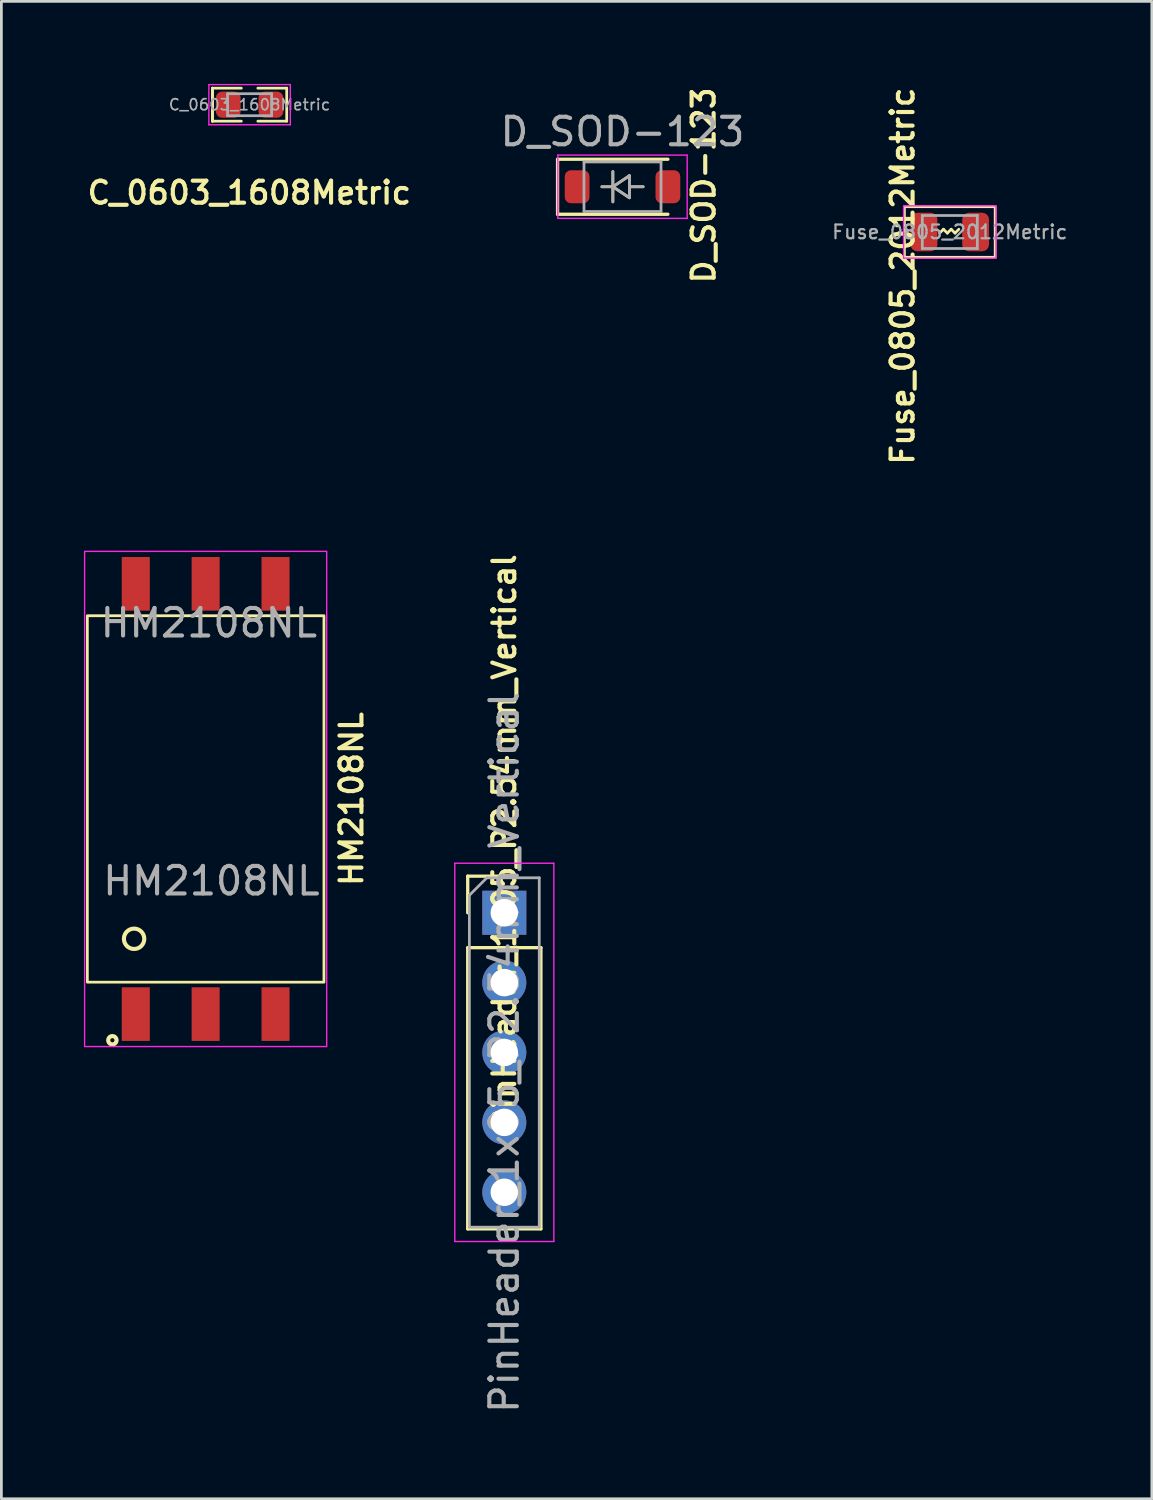
<source format=kicad_pcb>
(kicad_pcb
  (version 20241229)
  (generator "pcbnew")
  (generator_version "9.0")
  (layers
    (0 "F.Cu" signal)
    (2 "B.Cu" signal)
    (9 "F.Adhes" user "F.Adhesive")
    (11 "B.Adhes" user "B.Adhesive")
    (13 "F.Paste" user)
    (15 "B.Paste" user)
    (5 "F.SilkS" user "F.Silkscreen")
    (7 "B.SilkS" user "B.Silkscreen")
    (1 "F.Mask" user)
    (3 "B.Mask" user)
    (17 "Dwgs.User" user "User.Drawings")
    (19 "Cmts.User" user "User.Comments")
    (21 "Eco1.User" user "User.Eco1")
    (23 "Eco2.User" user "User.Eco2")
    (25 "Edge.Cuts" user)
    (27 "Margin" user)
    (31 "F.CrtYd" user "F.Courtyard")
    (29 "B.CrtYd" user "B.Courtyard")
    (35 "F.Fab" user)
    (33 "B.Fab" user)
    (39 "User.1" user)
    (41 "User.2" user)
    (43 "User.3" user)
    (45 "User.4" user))
  (footprint "HM2108NL"
    (layer "F.Cu")
    (at 4.425 25.991)
    (property "Reference" "HM2108NL" (at 5.3 0 90) (unlocked yes) (layer "F.SilkS") (effects (font (size 0.8 0.8) (thickness 0.15) (bold yes))))
    (attr smd)
    (fp_rect (start -4.3 -6.66) (end 4.3 6.66) (stroke (width 0.1) (type default)) (fill no) (layer "F.SilkS"))
    (fp_circle (center -3.39 8.77) (end -3.24 8.75) (stroke (width 0.15) (type solid)) (fill no) (layer "F.SilkS"))
    (fp_circle (center -2.601 5.083) (end -2.245 4.982) (stroke (width 0.15) (type solid)) (fill no) (layer "F.SilkS"))
    (fp_rect (start -4.4 -9) (end 4.4 9) (stroke (width 0.05) (type default)) (fill no) (layer "F.CrtYd"))
    (fp_text user "${REFERENCE}" (at 0.117 -6.397 180) (layer "F.Fab") (effects (font (size 1 1) (thickness 0.15))))
    (fp_text user "${REFERENCE}" (at 0.21 2.98 0) (unlocked yes) (layer "F.Fab") (effects (font (size 1 1) (thickness 0.15))))
    (pad "1" smd rect (at -2.54 7.82) (size 1.02 1.95) (layers "F.Cu" "F.Mask" "F.Paste"))
    (pad "2" smd rect (at 0 7.82) (size 1.02 1.95) (layers "F.Cu" "F.Mask" "F.Paste"))
    (pad "3" smd rect (at 2.54 7.82) (size 1.02 1.95) (layers "F.Cu" "F.Mask" "F.Paste"))
    (pad "4" smd rect (at -2.54 -7.82) (size 1.02 1.95) (layers "F.Cu" "F.Mask" "F.Paste"))
    (pad "5" smd rect (at 0 -7.82) (size 1.02 1.95) (layers "F.Cu" "F.Mask" "F.Paste"))
    (pad "6" smd rect (at 2.54 -7.82) (size 1.02 1.95) (layers "F.Cu" "F.Mask" "F.Paste")))
  (footprint "Fuse_0805_2012Metric"
    (layer "F.Cu")
    (at 31.474 5.383)
    (property "Reference" "Fuse_0805_2012Metric" (at -1.715 1.6 270) (layer "F.SilkS") (effects (font (size 0.8 0.8) (thickness 0.15))))
    (attr smd)
    (fp_line (start -0.37 0.04) (end -0.23 -0.1) (stroke (width 0.1) (type default)) (layer "F.SilkS"))
    (fp_line (start -0.23 -0.1) (end -0.09 0.04) (stroke (width 0.1) (type default)) (layer "F.SilkS"))
    (fp_line (start -0.09 0.04) (end 0.05 -0.1) (stroke (width 0.1) (type default)) (layer "F.SilkS"))
    (fp_line (start 0.05 -0.1) (end 0.19 0.04) (stroke (width 0.1) (type default)) (layer "F.SilkS"))
    (fp_line (start 0.19 0.04) (end 0.33 -0.1) (stroke (width 0.1) (type default)) (layer "F.SilkS"))
    (fp_rect (start -1.65 -0.92) (end 1.65 0.92) (stroke (width 0.1) (type default)) (fill no) (layer "F.SilkS"))
    (fp_line (start -1.68 -0.95) (end 1.68 -0.95) (stroke (width 0.05) (type solid)) (layer "F.CrtYd"))
    (fp_line (start -1.68 0.95) (end -1.68 -0.95) (stroke (width 0.05) (type solid)) (layer "F.CrtYd"))
    (fp_line (start 1.68 -0.95) (end 1.68 0.95) (stroke (width 0.05) (type solid)) (layer "F.CrtYd"))
    (fp_line (start 1.68 0.95) (end -1.68 0.95) (stroke (width 0.05) (type solid)) (layer "F.CrtYd"))
    (fp_line (start -1 -0.6) (end 1 -0.6) (stroke (width 0.1) (type solid)) (layer "F.Fab"))
    (fp_line (start -1 0.6) (end -1 -0.6) (stroke (width 0.1) (type solid)) (layer "F.Fab"))
    (fp_line (start 1 -0.6) (end 1 0.6) (stroke (width 0.1) (type solid)) (layer "F.Fab"))
    (fp_line (start 1 0.6) (end -1 0.6) (stroke (width 0.1) (type solid)) (layer "F.Fab"))
    (fp_text user "${REFERENCE}" (at 0 0 180) (layer "F.Fab") (effects (font (size 0.5 0.5) (thickness 0.08))))
    (pad "1" smd roundrect (at -0.938 0) (size 0.975 1.4) (layers "F.Cu" "F.Mask" "F.Paste") (roundrect_rratio 0.25))
    (pad "2" smd roundrect (at 0.938 0) (size 0.975 1.4) (layers "F.Cu" "F.Mask" "F.Paste") (roundrect_rratio 0.25)))
  (footprint "PinHeader_1x05_P2.54mm_Vertical"
    (layer "F.Cu")
    (at 15.281 30.127)
    (property "Reference" "PinHeader_1x05_P2.54mm_Vertical" (at 0 -2.54 90) (layer "F.SilkS") (effects (font (size 0.8 0.8) (thickness 0.15))))
    (attr through_hole)
    (fp_line (start -1.33 -1.33) (end 0 -1.33) (stroke (width 0.12) (type solid)) (layer "F.SilkS"))
    (fp_line (start -1.33 0) (end -1.33 -1.33) (stroke (width 0.12) (type solid)) (layer "F.SilkS"))
    (fp_line (start -1.33 1.27) (end -1.33 11.49) (stroke (width 0.12) (type solid)) (layer "F.SilkS"))
    (fp_line (start -1.33 1.27) (end 1.33 1.27) (stroke (width 0.12) (type solid)) (layer "F.SilkS"))
    (fp_line (start -1.33 11.49) (end 1.33 11.49) (stroke (width 0.12) (type solid)) (layer "F.SilkS"))
    (fp_line (start 1.33 1.27) (end 1.33 11.49) (stroke (width 0.12) (type solid)) (layer "F.SilkS"))
    (fp_line (start -1.8 -1.8) (end -1.8 11.95) (stroke (width 0.05) (type solid)) (layer "F.CrtYd"))
    (fp_line (start -1.8 11.95) (end 1.8 11.95) (stroke (width 0.05) (type solid)) (layer "F.CrtYd"))
    (fp_line (start 1.8 -1.8) (end -1.8 -1.8) (stroke (width 0.05) (type solid)) (layer "F.CrtYd"))
    (fp_line (start 1.8 11.95) (end 1.8 -1.8) (stroke (width 0.05) (type solid)) (layer "F.CrtYd"))
    (fp_line (start -1.27 -0.635) (end -0.635 -1.27) (stroke (width 0.1) (type solid)) (layer "F.Fab"))
    (fp_line (start -1.27 11.43) (end -1.27 -0.635) (stroke (width 0.1) (type solid)) (layer "F.Fab"))
    (fp_line (start -0.635 -1.27) (end 1.27 -1.27) (stroke (width 0.1) (type solid)) (layer "F.Fab"))
    (fp_line (start 1.27 -1.27) (end 1.27 11.43) (stroke (width 0.1) (type solid)) (layer "F.Fab"))
    (fp_line (start 1.27 11.43) (end -1.27 11.43) (stroke (width 0.1) (type solid)) (layer "F.Fab"))
    (fp_text user "${REFERENCE}" (at 0 5.08 270) (layer "F.Fab") (effects (font (size 1 1) (thickness 0.15))))
    (pad "1" thru_hole rect (at 0 0) (size 1.6 1.6) (drill 1) (layers "*.Cu" "*.Mask"))
    (pad "2" thru_hole oval (at 0 2.54) (size 1.6 1.6) (drill 1) (layers "*.Cu" "*.Mask"))
    (pad "3" thru_hole oval (at 0 5.08) (size 1.6 1.6) (drill 1) (layers "*.Cu" "*.Mask"))
    (pad "4" thru_hole oval (at 0 7.62) (size 1.6 1.6) (drill 1) (layers "*.Cu" "*.Mask"))
    (pad "5" thru_hole oval (at 0 10.16) (size 1.6 1.6) (drill 1) (layers "*.Cu" "*.Mask")))
  (footprint "D_SOD-123"
    (layer "F.Cu")
    (at 19.577 3.738)
    (property "Reference" "D_SOD-123" (at 2.95 -0.05 90) (layer "F.SilkS") (effects (font (size 0.8 0.8) (thickness 0.15))))
    (attr smd)
    (fp_line (start -2.36 -1) (end -2.36 1) (stroke (width 0.12) (type solid)) (layer "F.SilkS"))
    (fp_line (start -2.36 -1) (end 1.65 -1) (stroke (width 0.12) (type solid)) (layer "F.SilkS"))
    (fp_line (start -2.36 1) (end 1.65 1) (stroke (width 0.12) (type solid)) (layer "F.SilkS"))
    (fp_line (start -0.75 0) (end -0.35 0) (stroke (width 0.1) (type solid)) (layer "F.SilkS"))
    (fp_line (start -0.35 0) (end -0.35 -0.55) (stroke (width 0.1) (type solid)) (layer "F.SilkS"))
    (fp_line (start -0.35 0) (end -0.35 0.55) (stroke (width 0.1) (type solid)) (layer "F.SilkS"))
    (fp_line (start -0.35 0) (end 0.25 -0.4) (stroke (width 0.1) (type solid)) (layer "F.SilkS"))
    (fp_line (start 0.25 -0.4) (end 0.25 0.4) (stroke (width 0.1) (type solid)) (layer "F.SilkS"))
    (fp_line (start 0.25 0) (end 0.75 0) (stroke (width 0.1) (type solid)) (layer "F.SilkS"))
    (fp_line (start 0.25 0.4) (end -0.35 0) (stroke (width 0.1) (type solid)) (layer "F.SilkS"))
    (fp_line (start -2.35 -1.15) (end -2.35 1.15) (stroke (width 0.05) (type solid)) (layer "F.CrtYd"))
    (fp_line (start -2.35 -1.15) (end 2.35 -1.15) (stroke (width 0.05) (type solid)) (layer "F.CrtYd"))
    (fp_line (start 2.35 -1.15) (end 2.35 1.15) (stroke (width 0.05) (type solid)) (layer "F.CrtYd"))
    (fp_line (start 2.35 1.15) (end -2.35 1.15) (stroke (width 0.05) (type solid)) (layer "F.CrtYd"))
    (fp_line (start -1.4 -0.9) (end 1.4 -0.9) (stroke (width 0.1) (type solid)) (layer "F.Fab"))
    (fp_line (start -1.4 0.9) (end -1.4 -0.9) (stroke (width 0.1) (type solid)) (layer "F.Fab"))
    (fp_line (start -0.75 0) (end -0.35 0) (stroke (width 0.1) (type solid)) (layer "F.Fab"))
    (fp_line (start -0.35 0) (end -0.35 -0.55) (stroke (width 0.1) (type solid)) (layer "F.Fab"))
    (fp_line (start -0.35 0) (end -0.35 0.55) (stroke (width 0.1) (type solid)) (layer "F.Fab"))
    (fp_line (start -0.35 0) (end 0.25 -0.4) (stroke (width 0.1) (type solid)) (layer "F.Fab"))
    (fp_line (start 0.25 -0.4) (end 0.25 0.4) (stroke (width 0.1) (type solid)) (layer "F.Fab"))
    (fp_line (start 0.25 0) (end 0.75 0) (stroke (width 0.1) (type solid)) (layer "F.Fab"))
    (fp_line (start 0.25 0.4) (end -0.35 0) (stroke (width 0.1) (type solid)) (layer "F.Fab"))
    (fp_line (start 1.4 -0.9) (end 1.4 0.9) (stroke (width 0.1) (type solid)) (layer "F.Fab"))
    (fp_line (start 1.4 0.9) (end -1.4 0.9) (stroke (width 0.1) (type solid)) (layer "F.Fab"))
    (fp_text user "${REFERENCE}" (at 0 -2 180) (layer "F.Fab") (effects (font (size 1 1) (thickness 0.15))))
    (pad "1" smd roundrect (at -1.65 0) (size 0.9 1.2) (layers "F.Cu" "F.Mask" "F.Paste") (roundrect_rratio 0.25))
    (pad "2" smd roundrect (at 1.65 0) (size 0.9 1.2) (layers "F.Cu" "F.Mask" "F.Paste") (roundrect_rratio 0.25)))
  (footprint "C_0603_1608Metric"
    (layer "F.Cu")
    (at 6.022 0.755)
    (property "Reference" "C_0603_1608Metric" (at -0.01 3.2 180) (layer "F.SilkS") (effects (font (size 0.8 0.8) (thickness 0.15))))
    (attr smd)
    (fp_line (start -1.35 -0.6) (end -1.35 0.6) (stroke (width 0.1) (type default)) (layer "F.SilkS"))
    (fp_line (start -1.35 -0.6) (end -1.35 0.6) (stroke (width 0.1) (type default)) (layer "F.SilkS"))
    (fp_line (start -1.35 -0.6) (end -0.3 -0.6) (stroke (width 0.1) (type default)) (layer "F.SilkS"))
    (fp_line (start -1.35 0.6) (end -0.3 0.6) (stroke (width 0.1) (type default)) (layer "F.SilkS"))
    (fp_line (start 1.35 -0.6) (end 0.3 -0.6) (stroke (width 0.1) (type default)) (layer "F.SilkS"))
    (fp_line (start 1.35 0.6) (end 0.3 0.6) (stroke (width 0.1) (type default)) (layer "F.SilkS"))
    (fp_line (start 1.35 0.6) (end 1.35 -0.6) (stroke (width 0.1) (type default)) (layer "F.SilkS"))
    (fp_line (start -1.48 -0.73) (end 1.48 -0.73) (stroke (width 0.05) (type solid)) (layer "F.CrtYd"))
    (fp_line (start -1.48 0.73) (end -1.48 -0.73) (stroke (width 0.05) (type solid)) (layer "F.CrtYd"))
    (fp_line (start 1.48 -0.73) (end 1.48 0.73) (stroke (width 0.05) (type solid)) (layer "F.CrtYd"))
    (fp_line (start 1.48 0.73) (end -1.48 0.73) (stroke (width 0.05) (type solid)) (layer "F.CrtYd"))
    (fp_line (start -0.8 -0.4) (end 0.8 -0.4) (stroke (width 0.1) (type solid)) (layer "F.Fab"))
    (fp_line (start -0.8 0.4) (end -0.8 -0.4) (stroke (width 0.1) (type solid)) (layer "F.Fab"))
    (fp_line (start 0.8 -0.4) (end 0.8 0.4) (stroke (width 0.1) (type solid)) (layer "F.Fab"))
    (fp_line (start 0.8 0.4) (end -0.8 0.4) (stroke (width 0.1) (type solid)) (layer "F.Fab"))
    (fp_text user "${REFERENCE}" (at 0 0 180) (layer "F.Fab") (effects (font (size 0.4 0.4) (thickness 0.06))))
    (pad "1" smd roundrect (at -0.775 0) (size 0.9 0.95) (layers "F.Cu" "F.Mask" "F.Paste") (roundrect_rratio 0.25))
    (pad "2" smd roundrect (at 0.775 0) (size 0.9 0.95) (layers "F.Cu" "F.Mask" "F.Paste") (roundrect_rratio 0.25)))
  (gr_rect
    (start -3 -3)
    (end 38.818 51.428)
    (stroke (width 0.1) (type default))
    (fill no)
    (layer "Edge.Cuts")))
</source>
